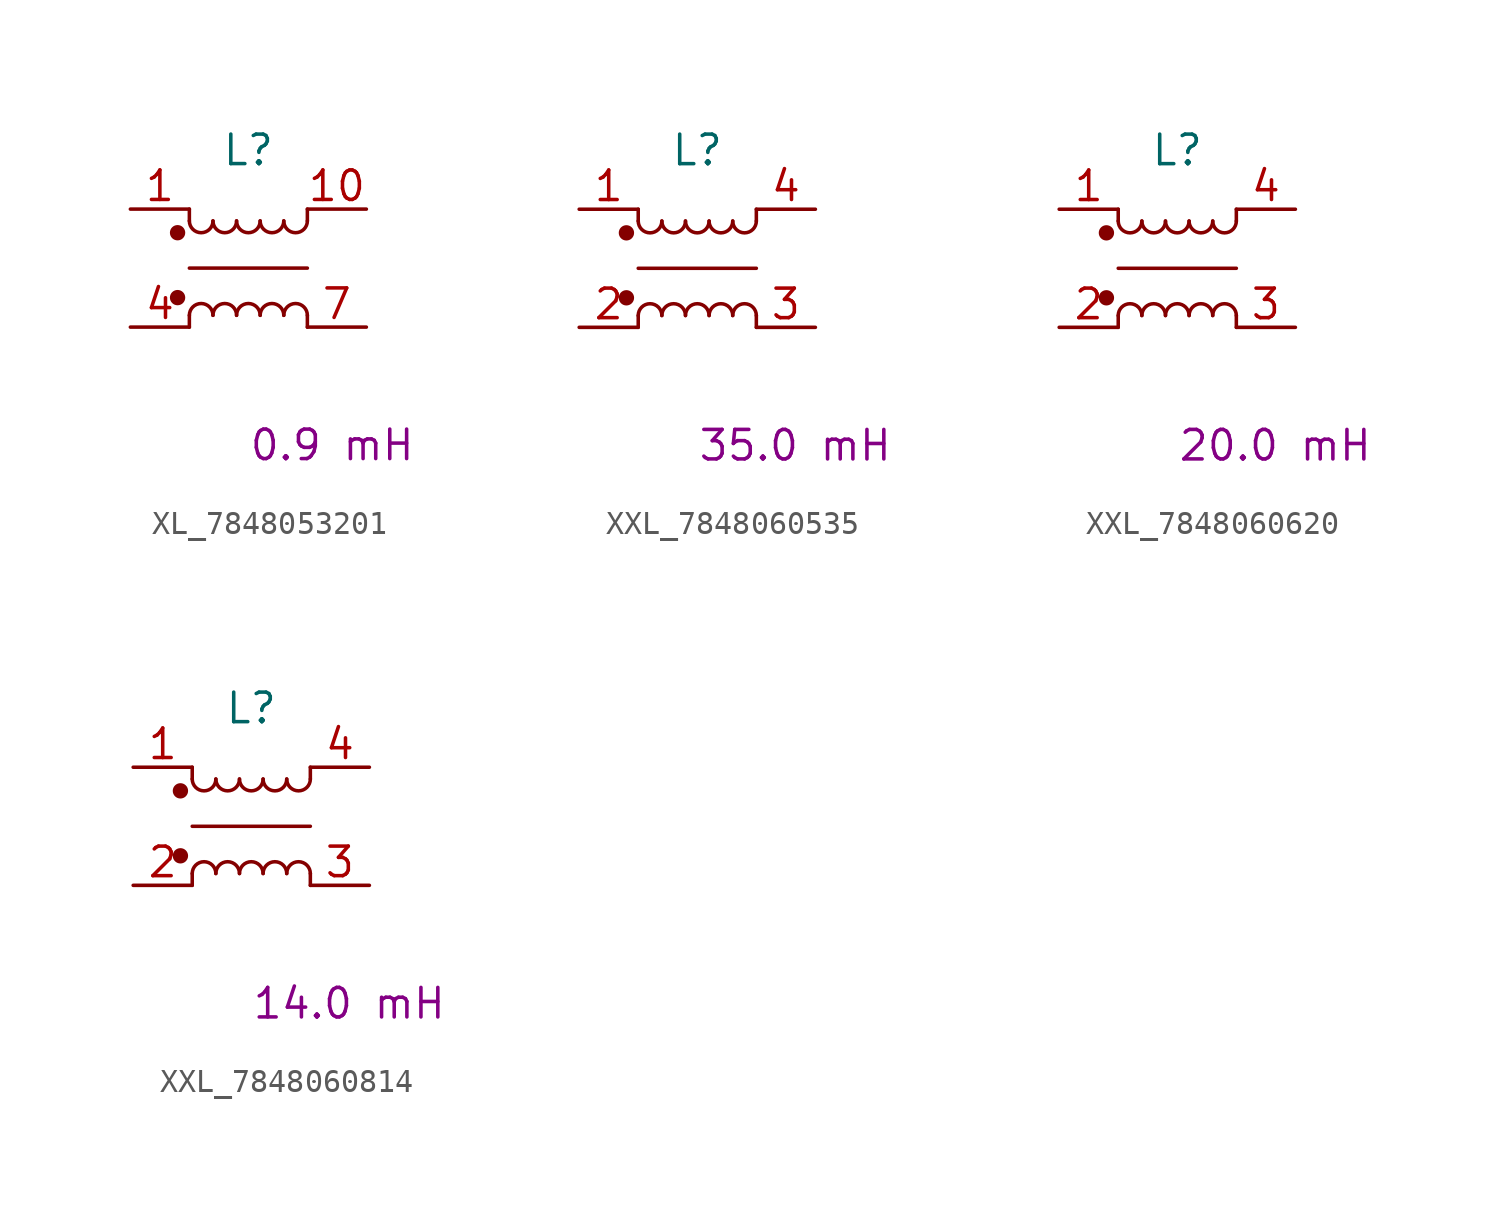
<source format=kicad_sym>
(kicad_symbol_lib
  (version 20220914)
  (generator kicad_symbol_editor)
  (symbol "XL_7848053201"
    (pin_names hide)
    (property "Reference" "L"
      (at 0 5.08 0)
      (effects (font (size 1.27 1.27))))
    (property "Critical Parameter" "0.9 mH"
      (at 0 -7.62 0)
      (effects (font (size 1.27 1.27)) (justify left)))
    (symbol "XL_7848053201_0_1"
      (circle (center -3.048 -1.27) (radius 0.254) (stroke (width 0) (type default)) (fill (type outline)))
      (circle (center -3.048 1.524) (radius 0.254) (stroke (width 0) (type default)) (fill (type outline)))
      (arc (start -2.54 2.032) (mid -2.032 1.5262) (end -1.524 2.032) (stroke (width 0) (type default)) (fill (type none)))
      (arc (start -1.524 -2.032) (mid -2.032 -1.5262) (end -2.54 -2.032) (stroke (width 0) (type default)) (fill (type none)))
      (arc (start -1.524 2.032) (mid -1.016 1.5262) (end -0.508 2.032) (stroke (width 0) (type default)) (fill (type none)))
      (arc (start -0.508 -2.032) (mid -1.016 -1.5262) (end -1.524 -2.032) (stroke (width 0) (type default)) (fill (type none)))
      (arc (start -0.508 2.032) (mid 0 1.5262) (end 0.508 2.032) (stroke (width 0) (type default)) (fill (type none)))
      (polyline (pts (xy -2.54 -2.032) (xy -2.54 -2.54)) (stroke (width 0) (type default)) (fill (type none)))
      (polyline (pts (xy -2.54 2.032) (xy -2.54 2.54)) (stroke (width 0) (type default)) (fill (type none)))
      (polyline (pts (xy 2.54 -2.032) (xy 2.54 -2.54)) (stroke (width 0) (type default)) (fill (type none)))
      (polyline (pts (xy 2.54 0) (xy -2.54 0)) (stroke (width 0) (type default)) (fill (type none)))
      (polyline (pts (xy 2.54 2.54) (xy 2.54 2.032)) (stroke (width 0) (type default)) (fill (type none)))
      (arc (start 0.508 -2.032) (mid 0 -1.5262) (end -0.508 -2.032) (stroke (width 0) (type default)) (fill (type none)))
      (arc (start 0.508 2.032) (mid 1.016 1.5262) (end 1.524 2.032) (stroke (width 0) (type default)) (fill (type none)))
      (arc (start 1.524 -2.032) (mid 1.016 -1.5262) (end 0.508 -2.032) (stroke (width 0) (type default)) (fill (type none)))
      (arc (start 1.524 2.032) (mid 2.032 1.5262) (end 2.54 2.032) (stroke (width 0) (type default)) (fill (type none)))
      (arc (start 2.54 -2.032) (mid 2.032 -1.5262) (end 1.524 -2.032) (stroke (width 0) (type default)) (fill (type none))))
    (symbol "XL_7848053201_1_1"
      (pin passive line (at -5.08 2.54 0) (length 2.54) (name "1" (effects (font (size 1.27 1.27)))) (number "1" (effects (font (size 1.27 1.27)))))
      (pin passive line (at 5.08 2.54 180) (length 2.54) (name "10" (effects (font (size 1.27 1.27)))) (number "10" (effects (font (size 1.27 1.27)))))
      (pin passive line (at 5.08 2.54 180) (length 2.54) hide (name "11" (effects (font (size 1.27 1.27)))) (number "11" (effects (font (size 1.27 1.27)))))
      (pin passive line (at 5.08 2.54 180) (length 2.54) hide (name "12" (effects (font (size 1.27 1.27)))) (number "12" (effects (font (size 1.27 1.27)))))
      (pin passive line (at -5.08 2.54 0) (length 2.54) hide (name "2" (effects (font (size 1.27 1.27)))) (number "2" (effects (font (size 1.27 1.27)))))
      (pin passive line (at -5.08 2.54 0) (length 2.54) hide (name "3" (effects (font (size 1.27 1.27)))) (number "3" (effects (font (size 1.27 1.27)))))
      (pin passive line (at -5.08 -2.54 0) (length 2.54) (name "4" (effects (font (size 1.27 1.27)))) (number "4" (effects (font (size 1.27 1.27)))))
      (pin passive line (at -5.08 -2.54 0) (length 2.54) hide (name "5" (effects (font (size 1.27 1.27)))) (number "5" (effects (font (size 1.27 1.27)))))
      (pin passive line (at -5.08 -2.54 0) (length 2.54) hide (name "6" (effects (font (size 1.27 1.27)))) (number "6" (effects (font (size 1.27 1.27)))))
      (pin passive line (at 5.08 -2.54 180) (length 2.54) (name "7" (effects (font (size 1.27 1.27)))) (number "7" (effects (font (size 1.27 1.27)))))
      (pin passive line (at 5.08 -2.54 180) (length 2.54) hide (name "8" (effects (font (size 1.27 1.27)))) (number "8" (effects (font (size 1.27 1.27)))))
      (pin passive line (at 5.08 -2.54 180) (length 2.54) hide (name "9" (effects (font (size 1.27 1.27)))) (number "9" (effects (font (size 1.27 1.27)))))))
  (symbol "XXL_7848060535"
    (pin_names hide)
    (property "Reference" "L"
      (at 0 5.08 0)
      (effects (font (size 1.27 1.27))))
    (property "Critical Parameter" "35.0 mH"
      (at 0 -7.62 0)
      (effects (font (size 1.27 1.27)) (justify left)))
    (symbol "XXL_7848060535_0_1"
      (circle (center -3.048 -1.27) (radius 0.254) (stroke (width 0) (type default)) (fill (type outline)))
      (circle (center -3.048 1.524) (radius 0.254) (stroke (width 0) (type default)) (fill (type outline)))
      (arc (start -2.54 2.032) (mid -2.032 1.5262) (end -1.524 2.032) (stroke (width 0) (type default)) (fill (type none)))
      (arc (start -1.524 -2.032) (mid -2.032 -1.5262) (end -2.54 -2.032) (stroke (width 0) (type default)) (fill (type none)))
      (arc (start -1.524 2.032) (mid -1.016 1.5262) (end -0.508 2.032) (stroke (width 0) (type default)) (fill (type none)))
      (arc (start -0.508 -2.032) (mid -1.016 -1.5262) (end -1.524 -2.032) (stroke (width 0) (type default)) (fill (type none)))
      (arc (start -0.508 2.032) (mid 0 1.5262) (end 0.508 2.032) (stroke (width 0) (type default)) (fill (type none)))
      (polyline (pts (xy -2.54 -2.032) (xy -2.54 -2.54)) (stroke (width 0) (type default)) (fill (type none)))
      (polyline (pts (xy -2.54 2.032) (xy -2.54 2.54)) (stroke (width 0) (type default)) (fill (type none)))
      (polyline (pts (xy 2.54 -2.032) (xy 2.54 -2.54)) (stroke (width 0) (type default)) (fill (type none)))
      (polyline (pts (xy 2.54 0) (xy -2.54 0)) (stroke (width 0) (type default)) (fill (type none)))
      (polyline (pts (xy 2.54 2.54) (xy 2.54 2.032)) (stroke (width 0) (type default)) (fill (type none)))
      (arc (start 0.508 -2.032) (mid 0 -1.5262) (end -0.508 -2.032) (stroke (width 0) (type default)) (fill (type none)))
      (arc (start 0.508 2.032) (mid 1.016 1.5262) (end 1.524 2.032) (stroke (width 0) (type default)) (fill (type none)))
      (arc (start 1.524 -2.032) (mid 1.016 -1.5262) (end 0.508 -2.032) (stroke (width 0) (type default)) (fill (type none)))
      (arc (start 1.524 2.032) (mid 2.032 1.5262) (end 2.54 2.032) (stroke (width 0) (type default)) (fill (type none)))
      (arc (start 2.54 -2.032) (mid 2.032 -1.5262) (end 1.524 -2.032) (stroke (width 0) (type default)) (fill (type none))))
    (symbol "XXL_7848060535_1_1"
      (pin passive line (at -5.08 2.54 0) (length 2.54) (name "1" (effects (font (size 1.27 1.27)))) (number "1" (effects (font (size 1.27 1.27)))))
      (pin passive line (at -5.08 -2.54 0) (length 2.54) (name "2" (effects (font (size 1.27 1.27)))) (number "2" (effects (font (size 1.27 1.27)))))
      (pin passive line (at 5.08 -2.54 180) (length 2.54) (name "3" (effects (font (size 1.27 1.27)))) (number "3" (effects (font (size 1.27 1.27)))))
      (pin passive line (at 5.08 2.54 180) (length 2.54) (name "4" (effects (font (size 1.27 1.27)))) (number "4" (effects (font (size 1.27 1.27)))))))
  (symbol "XXL_7848060620"
    (pin_names hide)
    (property "Reference" "L"
      (at 0 5.08 0)
      (effects (font (size 1.27 1.27))))
    (property "Critical Parameter" "20.0 mH"
      (at 0 -7.62 0)
      (effects (font (size 1.27 1.27)) (justify left)))
    (symbol "XXL_7848060620_0_1"
      (circle (center -3.048 -1.27) (radius 0.254) (stroke (width 0) (type default)) (fill (type outline)))
      (circle (center -3.048 1.524) (radius 0.254) (stroke (width 0) (type default)) (fill (type outline)))
      (arc (start -2.54 2.032) (mid -2.032 1.5262) (end -1.524 2.032) (stroke (width 0) (type default)) (fill (type none)))
      (arc (start -1.524 -2.032) (mid -2.032 -1.5262) (end -2.54 -2.032) (stroke (width 0) (type default)) (fill (type none)))
      (arc (start -1.524 2.032) (mid -1.016 1.5262) (end -0.508 2.032) (stroke (width 0) (type default)) (fill (type none)))
      (arc (start -0.508 -2.032) (mid -1.016 -1.5262) (end -1.524 -2.032) (stroke (width 0) (type default)) (fill (type none)))
      (arc (start -0.508 2.032) (mid 0 1.5262) (end 0.508 2.032) (stroke (width 0) (type default)) (fill (type none)))
      (polyline (pts (xy -2.54 -2.032) (xy -2.54 -2.54)) (stroke (width 0) (type default)) (fill (type none)))
      (polyline (pts (xy -2.54 2.032) (xy -2.54 2.54)) (stroke (width 0) (type default)) (fill (type none)))
      (polyline (pts (xy 2.54 -2.032) (xy 2.54 -2.54)) (stroke (width 0) (type default)) (fill (type none)))
      (polyline (pts (xy 2.54 0) (xy -2.54 0)) (stroke (width 0) (type default)) (fill (type none)))
      (polyline (pts (xy 2.54 2.54) (xy 2.54 2.032)) (stroke (width 0) (type default)) (fill (type none)))
      (arc (start 0.508 -2.032) (mid 0 -1.5262) (end -0.508 -2.032) (stroke (width 0) (type default)) (fill (type none)))
      (arc (start 0.508 2.032) (mid 1.016 1.5262) (end 1.524 2.032) (stroke (width 0) (type default)) (fill (type none)))
      (arc (start 1.524 -2.032) (mid 1.016 -1.5262) (end 0.508 -2.032) (stroke (width 0) (type default)) (fill (type none)))
      (arc (start 1.524 2.032) (mid 2.032 1.5262) (end 2.54 2.032) (stroke (width 0) (type default)) (fill (type none)))
      (arc (start 2.54 -2.032) (mid 2.032 -1.5262) (end 1.524 -2.032) (stroke (width 0) (type default)) (fill (type none))))
    (symbol "XXL_7848060620_1_1"
      (pin passive line (at -5.08 2.54 0) (length 2.54) (name "1" (effects (font (size 1.27 1.27)))) (number "1" (effects (font (size 1.27 1.27)))))
      (pin passive line (at -5.08 -2.54 0) (length 2.54) (name "2" (effects (font (size 1.27 1.27)))) (number "2" (effects (font (size 1.27 1.27)))))
      (pin passive line (at 5.08 -2.54 180) (length 2.54) (name "3" (effects (font (size 1.27 1.27)))) (number "3" (effects (font (size 1.27 1.27)))))
      (pin passive line (at 5.08 2.54 180) (length 2.54) (name "4" (effects (font (size 1.27 1.27)))) (number "4" (effects (font (size 1.27 1.27)))))))
  (symbol "XXL_7848060814"
    (pin_names hide)
    (property "Reference" "L"
      (at 0 5.08 0)
      (effects (font (size 1.27 1.27))))
    (property "Critical Parameter" "14.0 mH"
      (at 0 -7.62 0)
      (effects (font (size 1.27 1.27)) (justify left)))
    (symbol "XXL_7848060814_0_1"
      (circle (center -3.048 -1.27) (radius 0.254) (stroke (width 0) (type default)) (fill (type outline)))
      (circle (center -3.048 1.524) (radius 0.254) (stroke (width 0) (type default)) (fill (type outline)))
      (arc (start -2.54 2.032) (mid -2.032 1.5262) (end -1.524 2.032) (stroke (width 0) (type default)) (fill (type none)))
      (arc (start -1.524 -2.032) (mid -2.032 -1.5262) (end -2.54 -2.032) (stroke (width 0) (type default)) (fill (type none)))
      (arc (start -1.524 2.032) (mid -1.016 1.5262) (end -0.508 2.032) (stroke (width 0) (type default)) (fill (type none)))
      (arc (start -0.508 -2.032) (mid -1.016 -1.5262) (end -1.524 -2.032) (stroke (width 0) (type default)) (fill (type none)))
      (arc (start -0.508 2.032) (mid 0 1.5262) (end 0.508 2.032) (stroke (width 0) (type default)) (fill (type none)))
      (polyline (pts (xy -2.54 -2.032) (xy -2.54 -2.54)) (stroke (width 0) (type default)) (fill (type none)))
      (polyline (pts (xy -2.54 2.032) (xy -2.54 2.54)) (stroke (width 0) (type default)) (fill (type none)))
      (polyline (pts (xy 2.54 -2.032) (xy 2.54 -2.54)) (stroke (width 0) (type default)) (fill (type none)))
      (polyline (pts (xy 2.54 0) (xy -2.54 0)) (stroke (width 0) (type default)) (fill (type none)))
      (polyline (pts (xy 2.54 2.54) (xy 2.54 2.032)) (stroke (width 0) (type default)) (fill (type none)))
      (arc (start 0.508 -2.032) (mid 0 -1.5262) (end -0.508 -2.032) (stroke (width 0) (type default)) (fill (type none)))
      (arc (start 0.508 2.032) (mid 1.016 1.5262) (end 1.524 2.032) (stroke (width 0) (type default)) (fill (type none)))
      (arc (start 1.524 -2.032) (mid 1.016 -1.5262) (end 0.508 -2.032) (stroke (width 0) (type default)) (fill (type none)))
      (arc (start 1.524 2.032) (mid 2.032 1.5262) (end 2.54 2.032) (stroke (width 0) (type default)) (fill (type none)))
      (arc (start 2.54 -2.032) (mid 2.032 -1.5262) (end 1.524 -2.032) (stroke (width 0) (type default)) (fill (type none))))
    (symbol "XXL_7848060814_1_1"
      (pin passive line (at -5.08 2.54 0) (length 2.54) (name "1" (effects (font (size 1.27 1.27)))) (number "1" (effects (font (size 1.27 1.27)))))
      (pin passive line (at -5.08 -2.54 0) (length 2.54) (name "2" (effects (font (size 1.27 1.27)))) (number "2" (effects (font (size 1.27 1.27)))))
      (pin passive line (at 5.08 -2.54 180) (length 2.54) (name "3" (effects (font (size 1.27 1.27)))) (number "3" (effects (font (size 1.27 1.27)))))
      (pin passive line (at 5.08 2.54 180) (length 2.54) (name "4" (effects (font (size 1.27 1.27)))) (number "4" (effects (font (size 1.27 1.27))))))))
</source>
